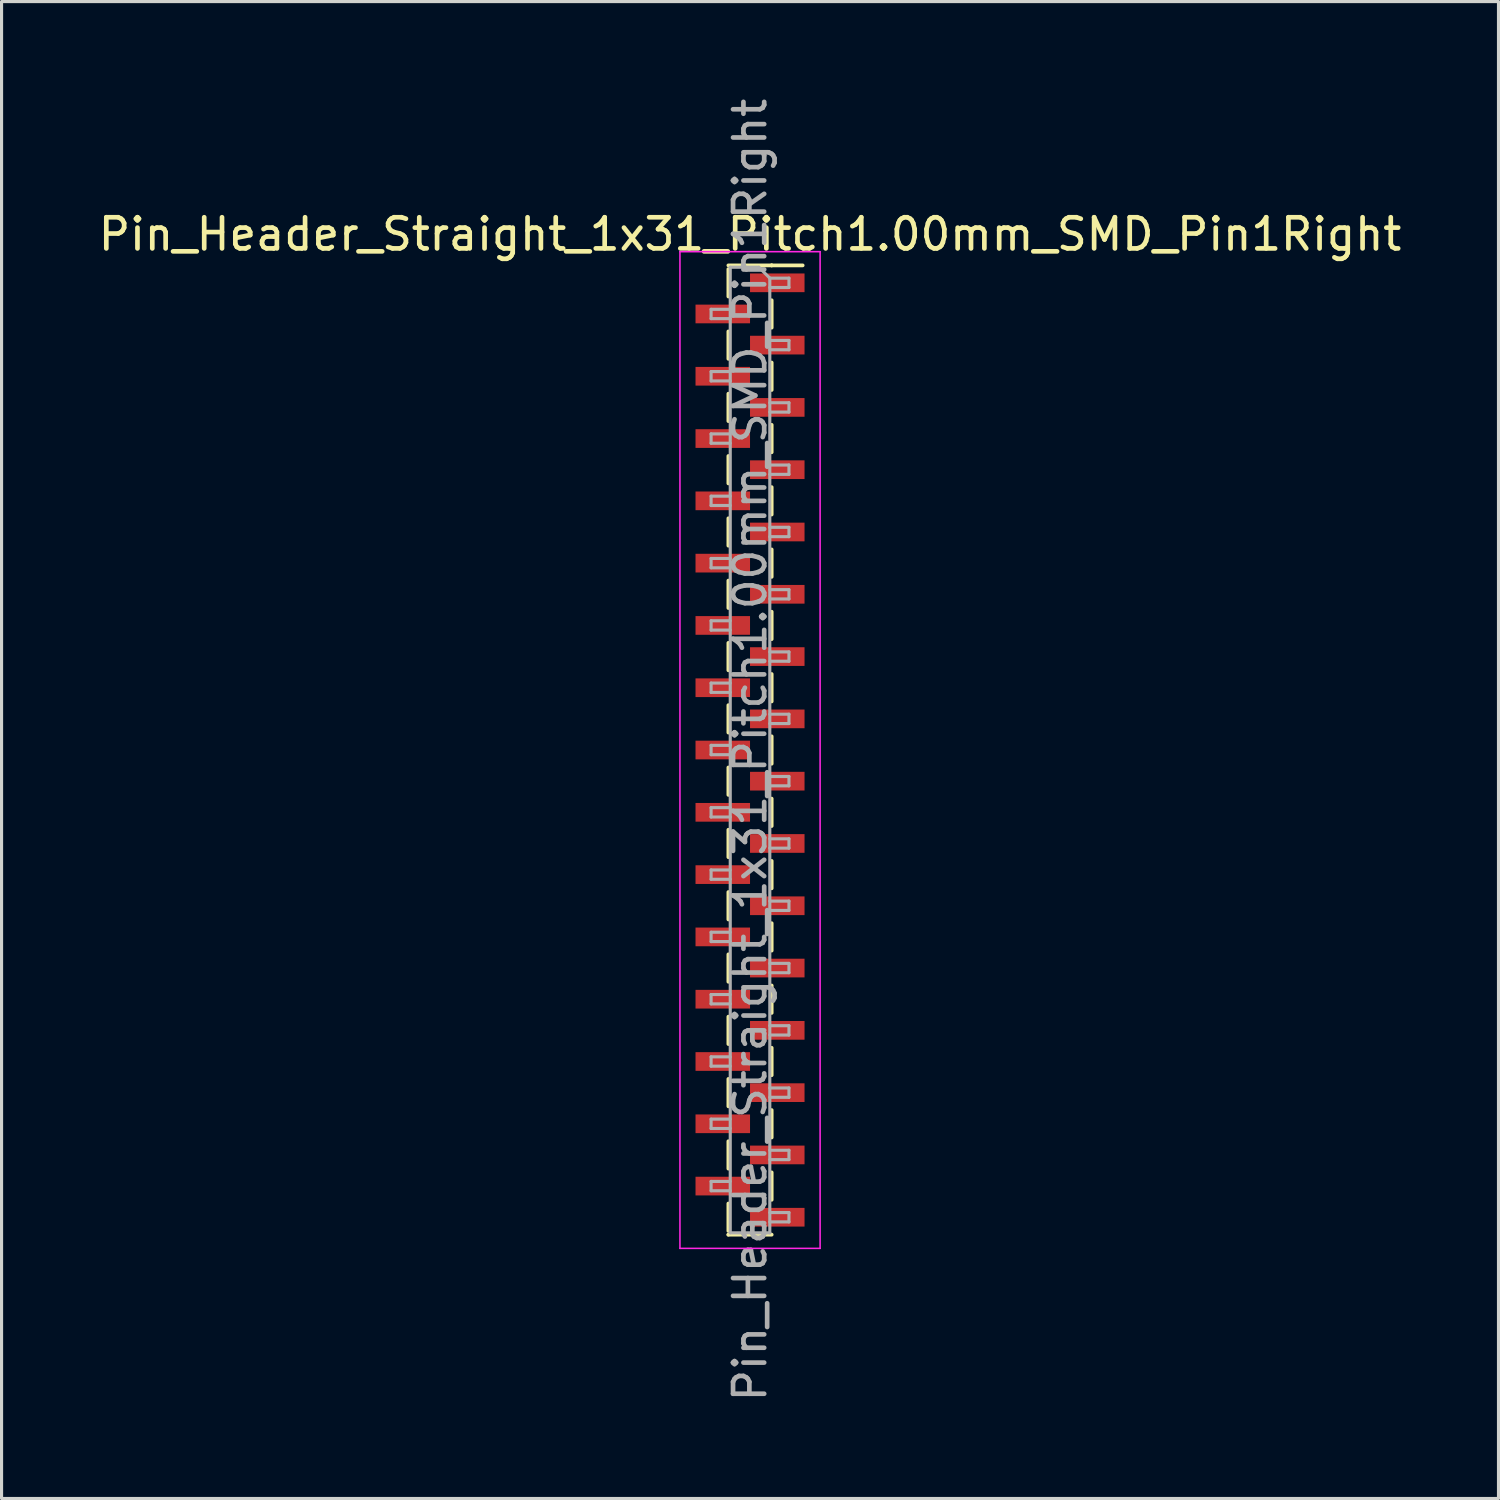
<source format=kicad_pcb>
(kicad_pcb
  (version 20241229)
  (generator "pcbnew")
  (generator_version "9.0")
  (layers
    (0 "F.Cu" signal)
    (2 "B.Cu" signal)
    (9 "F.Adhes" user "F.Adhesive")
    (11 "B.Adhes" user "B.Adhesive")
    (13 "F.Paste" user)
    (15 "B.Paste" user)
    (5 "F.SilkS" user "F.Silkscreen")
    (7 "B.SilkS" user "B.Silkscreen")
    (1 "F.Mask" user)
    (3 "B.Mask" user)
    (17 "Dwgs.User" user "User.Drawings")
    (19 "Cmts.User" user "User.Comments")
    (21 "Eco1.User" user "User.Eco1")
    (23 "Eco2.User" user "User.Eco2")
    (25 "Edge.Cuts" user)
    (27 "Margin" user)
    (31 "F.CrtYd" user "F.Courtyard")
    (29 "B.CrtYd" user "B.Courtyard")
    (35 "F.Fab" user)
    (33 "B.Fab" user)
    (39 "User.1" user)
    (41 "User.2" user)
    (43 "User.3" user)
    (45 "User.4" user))
  (footprint "Pin_Header_Straight_1x31_Pitch1.00mm_SMD_Pin1Right"
    (layer "F.Cu")
    (at 21.03 21.03)
    (property "Reference" "Pin_Header_Straight_1x31_Pitch1.00mm_SMD_Pin1Right" (at 0 -16.56 0) (layer "F.SilkS") (effects (font (size 1 1) (thickness 0.15))))
    (attr smd)
    (fp_line (start -0.695 -15.56) (end 0.695 -15.56) (stroke (width 0.12) (type solid)) (layer "F.SilkS"))
    (fp_line (start -0.695 -15.44) (end -0.695 -14.56) (stroke (width 0.12) (type solid)) (layer "F.SilkS"))
    (fp_line (start -0.695 -13.44) (end -0.695 -12.56) (stroke (width 0.12) (type solid)) (layer "F.SilkS"))
    (fp_line (start -0.695 -11.44) (end -0.695 -10.56) (stroke (width 0.12) (type solid)) (layer "F.SilkS"))
    (fp_line (start -0.695 -9.44) (end -0.695 -8.56) (stroke (width 0.12) (type solid)) (layer "F.SilkS"))
    (fp_line (start -0.695 -7.44) (end -0.695 -6.56) (stroke (width 0.12) (type solid)) (layer "F.SilkS"))
    (fp_line (start -0.695 -5.44) (end -0.695 -4.56) (stroke (width 0.12) (type solid)) (layer "F.SilkS"))
    (fp_line (start -0.695 -3.44) (end -0.695 -2.56) (stroke (width 0.12) (type solid)) (layer "F.SilkS"))
    (fp_line (start -0.695 -1.44) (end -0.695 -0.56) (stroke (width 0.12) (type solid)) (layer "F.SilkS"))
    (fp_line (start -0.695 0.56) (end -0.695 1.44) (stroke (width 0.12) (type solid)) (layer "F.SilkS"))
    (fp_line (start -0.695 2.56) (end -0.695 3.44) (stroke (width 0.12) (type solid)) (layer "F.SilkS"))
    (fp_line (start -0.695 4.56) (end -0.695 5.44) (stroke (width 0.12) (type solid)) (layer "F.SilkS"))
    (fp_line (start -0.695 6.56) (end -0.695 7.44) (stroke (width 0.12) (type solid)) (layer "F.SilkS"))
    (fp_line (start -0.695 8.56) (end -0.695 9.44) (stroke (width 0.12) (type solid)) (layer "F.SilkS"))
    (fp_line (start -0.695 10.56) (end -0.695 11.44) (stroke (width 0.12) (type solid)) (layer "F.SilkS"))
    (fp_line (start -0.695 12.56) (end -0.695 13.44) (stroke (width 0.12) (type solid)) (layer "F.SilkS"))
    (fp_line (start -0.695 14.56) (end -0.695 15.44) (stroke (width 0.12) (type solid)) (layer "F.SilkS"))
    (fp_line (start -0.695 15.56) (end -0.695 15.56) (stroke (width 0.12) (type solid)) (layer "F.SilkS"))
    (fp_line (start -0.695 15.56) (end 0.695 15.56) (stroke (width 0.12) (type solid)) (layer "F.SilkS"))
    (fp_line (start 0.695 -15.56) (end 0.695 -15.56) (stroke (width 0.12) (type solid)) (layer "F.SilkS"))
    (fp_line (start 0.695 -15.56) (end 1.69 -15.56) (stroke (width 0.12) (type solid)) (layer "F.SilkS"))
    (fp_line (start 0.695 -14.44) (end 0.695 -13.56) (stroke (width 0.12) (type solid)) (layer "F.SilkS"))
    (fp_line (start 0.695 -12.44) (end 0.695 -11.56) (stroke (width 0.12) (type solid)) (layer "F.SilkS"))
    (fp_line (start 0.695 -10.44) (end 0.695 -9.56) (stroke (width 0.12) (type solid)) (layer "F.SilkS"))
    (fp_line (start 0.695 -8.44) (end 0.695 -7.56) (stroke (width 0.12) (type solid)) (layer "F.SilkS"))
    (fp_line (start 0.695 -6.44) (end 0.695 -5.56) (stroke (width 0.12) (type solid)) (layer "F.SilkS"))
    (fp_line (start 0.695 -4.44) (end 0.695 -3.56) (stroke (width 0.12) (type solid)) (layer "F.SilkS"))
    (fp_line (start 0.695 -2.44) (end 0.695 -1.56) (stroke (width 0.12) (type solid)) (layer "F.SilkS"))
    (fp_line (start 0.695 -0.44) (end 0.695 0.44) (stroke (width 0.12) (type solid)) (layer "F.SilkS"))
    (fp_line (start 0.695 1.56) (end 0.695 2.44) (stroke (width 0.12) (type solid)) (layer "F.SilkS"))
    (fp_line (start 0.695 3.56) (end 0.695 4.44) (stroke (width 0.12) (type solid)) (layer "F.SilkS"))
    (fp_line (start 0.695 5.56) (end 0.695 6.44) (stroke (width 0.12) (type solid)) (layer "F.SilkS"))
    (fp_line (start 0.695 7.56) (end 0.695 8.44) (stroke (width 0.12) (type solid)) (layer "F.SilkS"))
    (fp_line (start 0.695 9.56) (end 0.695 10.44) (stroke (width 0.12) (type solid)) (layer "F.SilkS"))
    (fp_line (start 0.695 11.56) (end 0.695 12.44) (stroke (width 0.12) (type solid)) (layer "F.SilkS"))
    (fp_line (start 0.695 13.56) (end 0.695 14.44) (stroke (width 0.12) (type solid)) (layer "F.SilkS"))
    (fp_line (start -2.25 -16) (end -2.25 16) (stroke (width 0.05) (type solid)) (layer "F.CrtYd"))
    (fp_line (start -2.25 16) (end 2.25 16) (stroke (width 0.05) (type solid)) (layer "F.CrtYd"))
    (fp_line (start 2.25 -16) (end -2.25 -16) (stroke (width 0.05) (type solid)) (layer "F.CrtYd"))
    (fp_line (start 2.25 16) (end 2.25 -16) (stroke (width 0.05) (type solid)) (layer "F.CrtYd"))
    (fp_line (start -1.25 -14.15) (end -1.25 -13.85) (stroke (width 0.1) (type solid)) (layer "F.Fab"))
    (fp_line (start -1.25 -13.85) (end -0.635 -13.85) (stroke (width 0.1) (type solid)) (layer "F.Fab"))
    (fp_line (start -1.25 -12.15) (end -1.25 -11.85) (stroke (width 0.1) (type solid)) (layer "F.Fab"))
    (fp_line (start -1.25 -11.85) (end -0.635 -11.85) (stroke (width 0.1) (type solid)) (layer "F.Fab"))
    (fp_line (start -1.25 -10.15) (end -1.25 -9.85) (stroke (width 0.1) (type solid)) (layer "F.Fab"))
    (fp_line (start -1.25 -9.85) (end -0.635 -9.85) (stroke (width 0.1) (type solid)) (layer "F.Fab"))
    (fp_line (start -1.25 -8.15) (end -1.25 -7.85) (stroke (width 0.1) (type solid)) (layer "F.Fab"))
    (fp_line (start -1.25 -7.85) (end -0.635 -7.85) (stroke (width 0.1) (type solid)) (layer "F.Fab"))
    (fp_line (start -1.25 -6.15) (end -1.25 -5.85) (stroke (width 0.1) (type solid)) (layer "F.Fab"))
    (fp_line (start -1.25 -5.85) (end -0.635 -5.85) (stroke (width 0.1) (type solid)) (layer "F.Fab"))
    (fp_line (start -1.25 -4.15) (end -1.25 -3.85) (stroke (width 0.1) (type solid)) (layer "F.Fab"))
    (fp_line (start -1.25 -3.85) (end -0.635 -3.85) (stroke (width 0.1) (type solid)) (layer "F.Fab"))
    (fp_line (start -1.25 -2.15) (end -1.25 -1.85) (stroke (width 0.1) (type solid)) (layer "F.Fab"))
    (fp_line (start -1.25 -1.85) (end -0.635 -1.85) (stroke (width 0.1) (type solid)) (layer "F.Fab"))
    (fp_line (start -1.25 -0.15) (end -1.25 0.15) (stroke (width 0.1) (type solid)) (layer "F.Fab"))
    (fp_line (start -1.25 0.15) (end -0.635 0.15) (stroke (width 0.1) (type solid)) (layer "F.Fab"))
    (fp_line (start -1.25 1.85) (end -1.25 2.15) (stroke (width 0.1) (type solid)) (layer "F.Fab"))
    (fp_line (start -1.25 2.15) (end -0.635 2.15) (stroke (width 0.1) (type solid)) (layer "F.Fab"))
    (fp_line (start -1.25 3.85) (end -1.25 4.15) (stroke (width 0.1) (type solid)) (layer "F.Fab"))
    (fp_line (start -1.25 4.15) (end -0.635 4.15) (stroke (width 0.1) (type solid)) (layer "F.Fab"))
    (fp_line (start -1.25 5.85) (end -1.25 6.15) (stroke (width 0.1) (type solid)) (layer "F.Fab"))
    (fp_line (start -1.25 6.15) (end -0.635 6.15) (stroke (width 0.1) (type solid)) (layer "F.Fab"))
    (fp_line (start -1.25 7.85) (end -1.25 8.15) (stroke (width 0.1) (type solid)) (layer "F.Fab"))
    (fp_line (start -1.25 8.15) (end -0.635 8.15) (stroke (width 0.1) (type solid)) (layer "F.Fab"))
    (fp_line (start -1.25 9.85) (end -1.25 10.15) (stroke (width 0.1) (type solid)) (layer "F.Fab"))
    (fp_line (start -1.25 10.15) (end -0.635 10.15) (stroke (width 0.1) (type solid)) (layer "F.Fab"))
    (fp_line (start -1.25 11.85) (end -1.25 12.15) (stroke (width 0.1) (type solid)) (layer "F.Fab"))
    (fp_line (start -1.25 12.15) (end -0.635 12.15) (stroke (width 0.1) (type solid)) (layer "F.Fab"))
    (fp_line (start -1.25 13.85) (end -1.25 14.15) (stroke (width 0.1) (type solid)) (layer "F.Fab"))
    (fp_line (start -1.25 14.15) (end -0.635 14.15) (stroke (width 0.1) (type solid)) (layer "F.Fab"))
    (fp_line (start -0.635 -15.5) (end -0.635 15.5) (stroke (width 0.1) (type solid)) (layer "F.Fab"))
    (fp_line (start -0.635 -15.5) (end 0.285 -15.5) (stroke (width 0.1) (type solid)) (layer "F.Fab"))
    (fp_line (start -0.635 -14.15) (end -1.25 -14.15) (stroke (width 0.1) (type solid)) (layer "F.Fab"))
    (fp_line (start -0.635 -12.15) (end -1.25 -12.15) (stroke (width 0.1) (type solid)) (layer "F.Fab"))
    (fp_line (start -0.635 -10.15) (end -1.25 -10.15) (stroke (width 0.1) (type solid)) (layer "F.Fab"))
    (fp_line (start -0.635 -8.15) (end -1.25 -8.15) (stroke (width 0.1) (type solid)) (layer "F.Fab"))
    (fp_line (start -0.635 -6.15) (end -1.25 -6.15) (stroke (width 0.1) (type solid)) (layer "F.Fab"))
    (fp_line (start -0.635 -4.15) (end -1.25 -4.15) (stroke (width 0.1) (type solid)) (layer "F.Fab"))
    (fp_line (start -0.635 -2.15) (end -1.25 -2.15) (stroke (width 0.1) (type solid)) (layer "F.Fab"))
    (fp_line (start -0.635 -0.15) (end -1.25 -0.15) (stroke (width 0.1) (type solid)) (layer "F.Fab"))
    (fp_line (start -0.635 1.85) (end -1.25 1.85) (stroke (width 0.1) (type solid)) (layer "F.Fab"))
    (fp_line (start -0.635 3.85) (end -1.25 3.85) (stroke (width 0.1) (type solid)) (layer "F.Fab"))
    (fp_line (start -0.635 5.85) (end -1.25 5.85) (stroke (width 0.1) (type solid)) (layer "F.Fab"))
    (fp_line (start -0.635 7.85) (end -1.25 7.85) (stroke (width 0.1) (type solid)) (layer "F.Fab"))
    (fp_line (start -0.635 9.85) (end -1.25 9.85) (stroke (width 0.1) (type solid)) (layer "F.Fab"))
    (fp_line (start -0.635 11.85) (end -1.25 11.85) (stroke (width 0.1) (type solid)) (layer "F.Fab"))
    (fp_line (start -0.635 13.85) (end -1.25 13.85) (stroke (width 0.1) (type solid)) (layer "F.Fab"))
    (fp_line (start 0.635 -15.15) (end 0.285 -15.5) (stroke (width 0.1) (type solid)) (layer "F.Fab"))
    (fp_line (start 0.635 -15.15) (end 1.25 -15.15) (stroke (width 0.1) (type solid)) (layer "F.Fab"))
    (fp_line (start 0.635 -13.15) (end 1.25 -13.15) (stroke (width 0.1) (type solid)) (layer "F.Fab"))
    (fp_line (start 0.635 -11.15) (end 1.25 -11.15) (stroke (width 0.1) (type solid)) (layer "F.Fab"))
    (fp_line (start 0.635 -9.15) (end 1.25 -9.15) (stroke (width 0.1) (type solid)) (layer "F.Fab"))
    (fp_line (start 0.635 -7.15) (end 1.25 -7.15) (stroke (width 0.1) (type solid)) (layer "F.Fab"))
    (fp_line (start 0.635 -5.15) (end 1.25 -5.15) (stroke (width 0.1) (type solid)) (layer "F.Fab"))
    (fp_line (start 0.635 -3.15) (end 1.25 -3.15) (stroke (width 0.1) (type solid)) (layer "F.Fab"))
    (fp_line (start 0.635 -1.15) (end 1.25 -1.15) (stroke (width 0.1) (type solid)) (layer "F.Fab"))
    (fp_line (start 0.635 0.85) (end 1.25 0.85) (stroke (width 0.1) (type solid)) (layer "F.Fab"))
    (fp_line (start 0.635 2.85) (end 1.25 2.85) (stroke (width 0.1) (type solid)) (layer "F.Fab"))
    (fp_line (start 0.635 4.85) (end 1.25 4.85) (stroke (width 0.1) (type solid)) (layer "F.Fab"))
    (fp_line (start 0.635 6.85) (end 1.25 6.85) (stroke (width 0.1) (type solid)) (layer "F.Fab"))
    (fp_line (start 0.635 8.85) (end 1.25 8.85) (stroke (width 0.1) (type solid)) (layer "F.Fab"))
    (fp_line (start 0.635 10.85) (end 1.25 10.85) (stroke (width 0.1) (type solid)) (layer "F.Fab"))
    (fp_line (start 0.635 12.85) (end 1.25 12.85) (stroke (width 0.1) (type solid)) (layer "F.Fab"))
    (fp_line (start 0.635 14.85) (end 1.25 14.85) (stroke (width 0.1) (type solid)) (layer "F.Fab"))
    (fp_line (start 0.635 15.5) (end -0.635 15.5) (stroke (width 0.1) (type solid)) (layer "F.Fab"))
    (fp_line (start 0.635 15.5) (end 0.635 -15.15) (stroke (width 0.1) (type solid)) (layer "F.Fab"))
    (fp_line (start 1.25 -15.15) (end 1.25 -14.85) (stroke (width 0.1) (type solid)) (layer "F.Fab"))
    (fp_line (start 1.25 -14.85) (end 0.635 -14.85) (stroke (width 0.1) (type solid)) (layer "F.Fab"))
    (fp_line (start 1.25 -13.15) (end 1.25 -12.85) (stroke (width 0.1) (type solid)) (layer "F.Fab"))
    (fp_line (start 1.25 -12.85) (end 0.635 -12.85) (stroke (width 0.1) (type solid)) (layer "F.Fab"))
    (fp_line (start 1.25 -11.15) (end 1.25 -10.85) (stroke (width 0.1) (type solid)) (layer "F.Fab"))
    (fp_line (start 1.25 -10.85) (end 0.635 -10.85) (stroke (width 0.1) (type solid)) (layer "F.Fab"))
    (fp_line (start 1.25 -9.15) (end 1.25 -8.85) (stroke (width 0.1) (type solid)) (layer "F.Fab"))
    (fp_line (start 1.25 -8.85) (end 0.635 -8.85) (stroke (width 0.1) (type solid)) (layer "F.Fab"))
    (fp_line (start 1.25 -7.15) (end 1.25 -6.85) (stroke (width 0.1) (type solid)) (layer "F.Fab"))
    (fp_line (start 1.25 -6.85) (end 0.635 -6.85) (stroke (width 0.1) (type solid)) (layer "F.Fab"))
    (fp_line (start 1.25 -5.15) (end 1.25 -4.85) (stroke (width 0.1) (type solid)) (layer "F.Fab"))
    (fp_line (start 1.25 -4.85) (end 0.635 -4.85) (stroke (width 0.1) (type solid)) (layer "F.Fab"))
    (fp_line (start 1.25 -3.15) (end 1.25 -2.85) (stroke (width 0.1) (type solid)) (layer "F.Fab"))
    (fp_line (start 1.25 -2.85) (end 0.635 -2.85) (stroke (width 0.1) (type solid)) (layer "F.Fab"))
    (fp_line (start 1.25 -1.15) (end 1.25 -0.85) (stroke (width 0.1) (type solid)) (layer "F.Fab"))
    (fp_line (start 1.25 -0.85) (end 0.635 -0.85) (stroke (width 0.1) (type solid)) (layer "F.Fab"))
    (fp_line (start 1.25 0.85) (end 1.25 1.15) (stroke (width 0.1) (type solid)) (layer "F.Fab"))
    (fp_line (start 1.25 1.15) (end 0.635 1.15) (stroke (width 0.1) (type solid)) (layer "F.Fab"))
    (fp_line (start 1.25 2.85) (end 1.25 3.15) (stroke (width 0.1) (type solid)) (layer "F.Fab"))
    (fp_line (start 1.25 3.15) (end 0.635 3.15) (stroke (width 0.1) (type solid)) (layer "F.Fab"))
    (fp_line (start 1.25 4.85) (end 1.25 5.15) (stroke (width 0.1) (type solid)) (layer "F.Fab"))
    (fp_line (start 1.25 5.15) (end 0.635 5.15) (stroke (width 0.1) (type solid)) (layer "F.Fab"))
    (fp_line (start 1.25 6.85) (end 1.25 7.15) (stroke (width 0.1) (type solid)) (layer "F.Fab"))
    (fp_line (start 1.25 7.15) (end 0.635 7.15) (stroke (width 0.1) (type solid)) (layer "F.Fab"))
    (fp_line (start 1.25 8.85) (end 1.25 9.15) (stroke (width 0.1) (type solid)) (layer "F.Fab"))
    (fp_line (start 1.25 9.15) (end 0.635 9.15) (stroke (width 0.1) (type solid)) (layer "F.Fab"))
    (fp_line (start 1.25 10.85) (end 1.25 11.15) (stroke (width 0.1) (type solid)) (layer "F.Fab"))
    (fp_line (start 1.25 11.15) (end 0.635 11.15) (stroke (width 0.1) (type solid)) (layer "F.Fab"))
    (fp_line (start 1.25 12.85) (end 1.25 13.15) (stroke (width 0.1) (type solid)) (layer "F.Fab"))
    (fp_line (start 1.25 13.15) (end 0.635 13.15) (stroke (width 0.1) (type solid)) (layer "F.Fab"))
    (fp_line (start 1.25 14.85) (end 1.25 15.15) (stroke (width 0.1) (type solid)) (layer "F.Fab"))
    (fp_line (start 1.25 15.15) (end 0.635 15.15) (stroke (width 0.1) (type solid)) (layer "F.Fab"))
    (fp_text user "${REFERENCE}" (at 0 0 90) (layer "F.Fab") (effects (font (size 1 1) (thickness 0.15))))
    (pad "1" smd rect (at 0.875 -15) (size 1.75 0.6) (layers "F.Cu" "F.Mask" "F.Paste"))
    (pad "2" smd rect (at -0.875 -14) (size 1.75 0.6) (layers "F.Cu" "F.Mask" "F.Paste"))
    (pad "3" smd rect (at 0.875 -13) (size 1.75 0.6) (layers "F.Cu" "F.Mask" "F.Paste"))
    (pad "4" smd rect (at -0.875 -12) (size 1.75 0.6) (layers "F.Cu" "F.Mask" "F.Paste"))
    (pad "5" smd rect (at 0.875 -11) (size 1.75 0.6) (layers "F.Cu" "F.Mask" "F.Paste"))
    (pad "6" smd rect (at -0.875 -10) (size 1.75 0.6) (layers "F.Cu" "F.Mask" "F.Paste"))
    (pad "7" smd rect (at 0.875 -9) (size 1.75 0.6) (layers "F.Cu" "F.Mask" "F.Paste"))
    (pad "8" smd rect (at -0.875 -8) (size 1.75 0.6) (layers "F.Cu" "F.Mask" "F.Paste"))
    (pad "9" smd rect (at 0.875 -7) (size 1.75 0.6) (layers "F.Cu" "F.Mask" "F.Paste"))
    (pad "10" smd rect (at -0.875 -6) (size 1.75 0.6) (layers "F.Cu" "F.Mask" "F.Paste"))
    (pad "11" smd rect (at 0.875 -5) (size 1.75 0.6) (layers "F.Cu" "F.Mask" "F.Paste"))
    (pad "12" smd rect (at -0.875 -4) (size 1.75 0.6) (layers "F.Cu" "F.Mask" "F.Paste"))
    (pad "13" smd rect (at 0.875 -3) (size 1.75 0.6) (layers "F.Cu" "F.Mask" "F.Paste"))
    (pad "14" smd rect (at -0.875 -2) (size 1.75 0.6) (layers "F.Cu" "F.Mask" "F.Paste"))
    (pad "15" smd rect (at 0.875 -1) (size 1.75 0.6) (layers "F.Cu" "F.Mask" "F.Paste"))
    (pad "16" smd rect (at -0.875 0) (size 1.75 0.6) (layers "F.Cu" "F.Mask" "F.Paste"))
    (pad "17" smd rect (at 0.875 1) (size 1.75 0.6) (layers "F.Cu" "F.Mask" "F.Paste"))
    (pad "18" smd rect (at -0.875 2) (size 1.75 0.6) (layers "F.Cu" "F.Mask" "F.Paste"))
    (pad "19" smd rect (at 0.875 3) (size 1.75 0.6) (layers "F.Cu" "F.Mask" "F.Paste"))
    (pad "20" smd rect (at -0.875 4) (size 1.75 0.6) (layers "F.Cu" "F.Mask" "F.Paste"))
    (pad "21" smd rect (at 0.875 5) (size 1.75 0.6) (layers "F.Cu" "F.Mask" "F.Paste"))
    (pad "22" smd rect (at -0.875 6) (size 1.75 0.6) (layers "F.Cu" "F.Mask" "F.Paste"))
    (pad "23" smd rect (at 0.875 7) (size 1.75 0.6) (layers "F.Cu" "F.Mask" "F.Paste"))
    (pad "24" smd rect (at -0.875 8) (size 1.75 0.6) (layers "F.Cu" "F.Mask" "F.Paste"))
    (pad "25" smd rect (at 0.875 9) (size 1.75 0.6) (layers "F.Cu" "F.Mask" "F.Paste"))
    (pad "26" smd rect (at -0.875 10) (size 1.75 0.6) (layers "F.Cu" "F.Mask" "F.Paste"))
    (pad "27" smd rect (at 0.875 11) (size 1.75 0.6) (layers "F.Cu" "F.Mask" "F.Paste"))
    (pad "28" smd rect (at -0.875 12) (size 1.75 0.6) (layers "F.Cu" "F.Mask" "F.Paste"))
    (pad "29" smd rect (at 0.875 13) (size 1.75 0.6) (layers "F.Cu" "F.Mask" "F.Paste"))
    (pad "30" smd rect (at -0.875 14) (size 1.75 0.6) (layers "F.Cu" "F.Mask" "F.Paste"))
    (pad "31" smd rect (at 0.875 15) (size 1.75 0.6) (layers "F.Cu" "F.Mask" "F.Paste")))
  (gr_rect
    (start -3 -3)
    (end 45.06 45.06)
    (stroke (width 0.1) (type default))
    (fill no)
    (layer "Edge.Cuts")))
</source>
